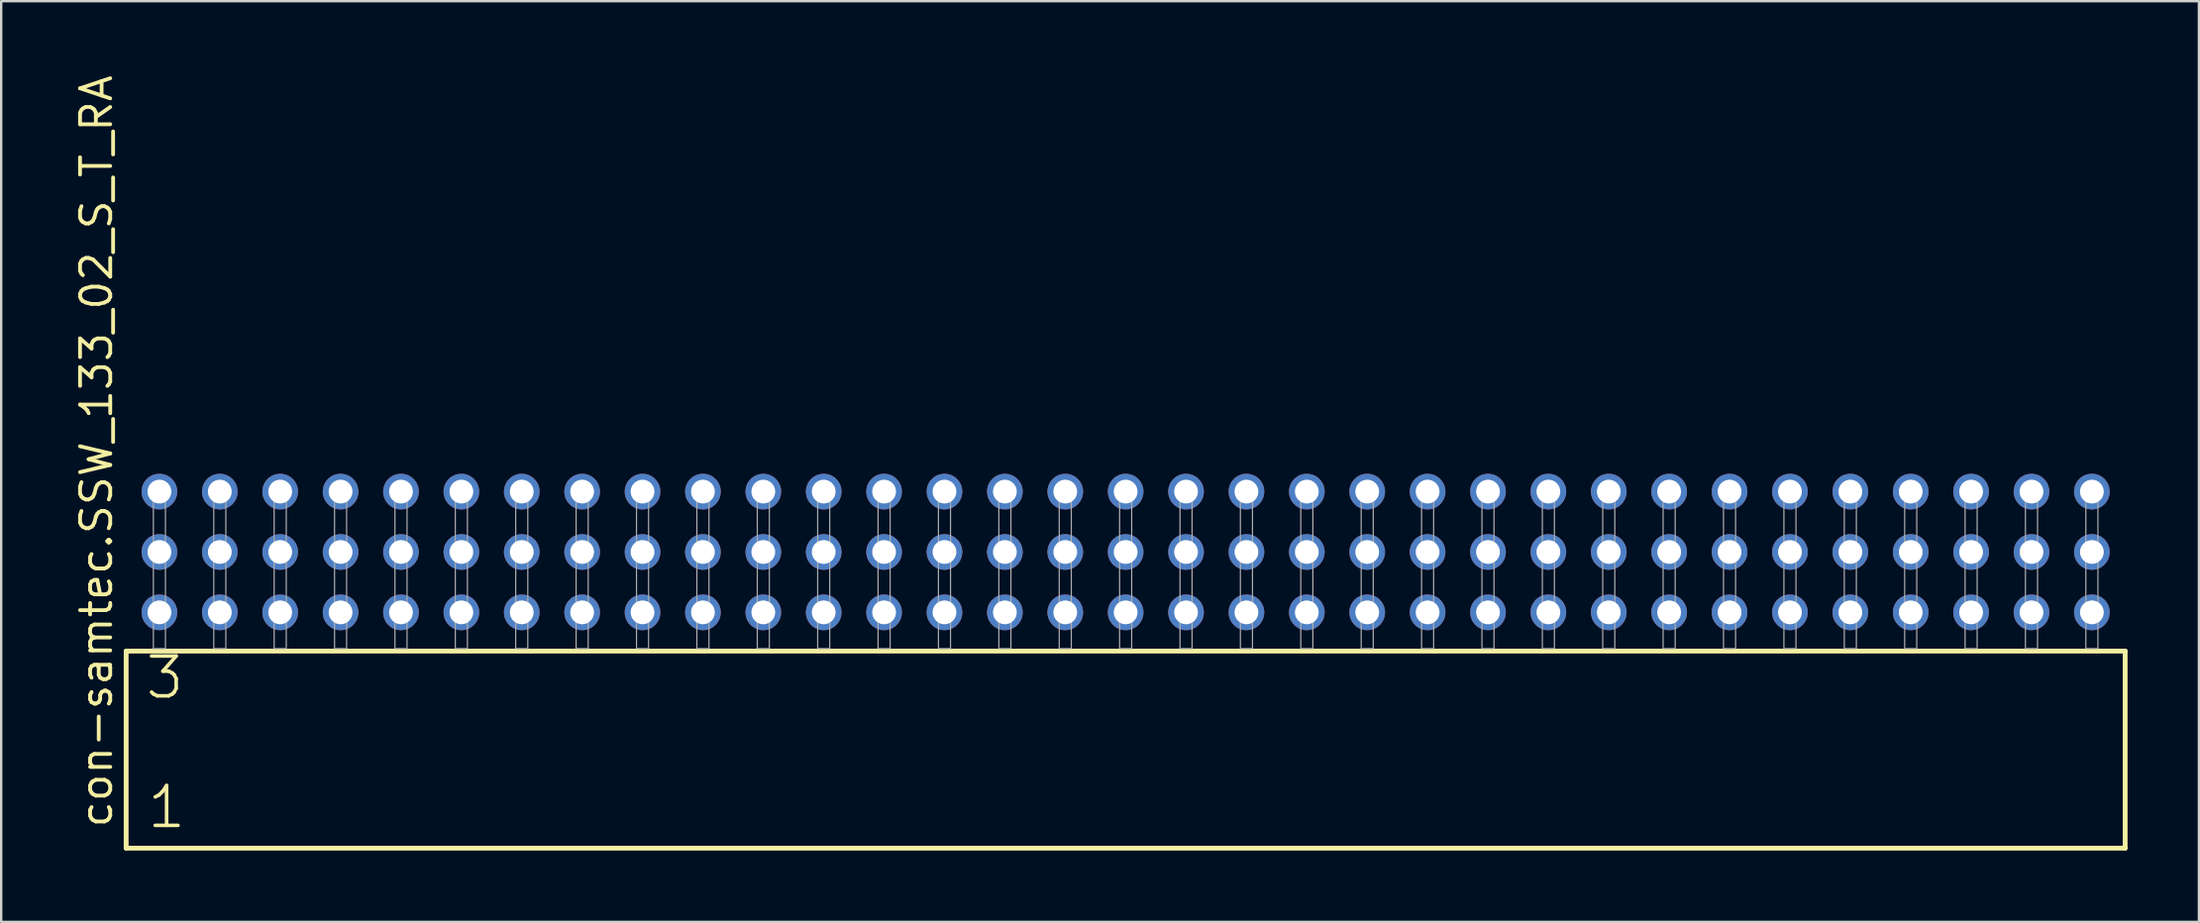
<source format=kicad_pcb>
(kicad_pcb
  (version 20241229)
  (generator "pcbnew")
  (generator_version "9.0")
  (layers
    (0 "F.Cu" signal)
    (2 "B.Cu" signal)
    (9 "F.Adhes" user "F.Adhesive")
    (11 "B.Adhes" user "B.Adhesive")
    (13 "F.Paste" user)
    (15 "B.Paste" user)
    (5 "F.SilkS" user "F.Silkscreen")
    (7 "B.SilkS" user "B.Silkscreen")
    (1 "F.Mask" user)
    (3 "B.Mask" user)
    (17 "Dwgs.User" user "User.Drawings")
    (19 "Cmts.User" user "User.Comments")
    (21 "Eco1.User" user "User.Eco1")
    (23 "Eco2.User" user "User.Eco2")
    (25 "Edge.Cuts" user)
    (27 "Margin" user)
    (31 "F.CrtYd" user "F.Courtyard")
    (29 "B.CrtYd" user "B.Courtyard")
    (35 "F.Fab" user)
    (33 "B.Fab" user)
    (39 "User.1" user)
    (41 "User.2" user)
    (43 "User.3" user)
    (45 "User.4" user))
  (footprint "con-samtec.SSW_133_02_S_T_RA"
    (layer "F.Cu")
    (at 44.295 24.235)
    (property "Reference" "con-samtec.SSW_133_02_S_T_RA" (at -42.545 7.62 90) (layer "F.SilkS") (effects (font (size 1.27 1.27) (thickness 0.16)) (justify left bottom)))
    (attr through_hole)
    (fp_line (start -42.039 0.106) (end -42.039 8.396) (stroke (width 0.203) (type default)) (layer "F.SilkS"))
    (fp_line (start -42.039 8.396) (end 42.039 8.396) (stroke (width 0.203) (type default)) (layer "F.SilkS"))
    (fp_line (start 42.039 0.106) (end -42.039 0.106) (stroke (width 0.203) (type default)) (layer "F.SilkS"))
    (fp_line (start 42.039 8.396) (end 42.039 0.106) (stroke (width 0.203) (type default)) (layer "F.SilkS"))
    (fp_rect (start -40.894 0) (end -40.386 -6.858) (stroke (width 0.05) (type default)) (fill no) (layer "F.Fab"))
    (fp_rect (start -38.354 0) (end -37.846 -6.858) (stroke (width 0.05) (type default)) (fill no) (layer "F.Fab"))
    (fp_rect (start -35.814 0) (end -35.306 -6.858) (stroke (width 0.05) (type default)) (fill no) (layer "F.Fab"))
    (fp_rect (start -33.274 0) (end -32.766 -6.858) (stroke (width 0.05) (type default)) (fill no) (layer "F.Fab"))
    (fp_rect (start -30.734 0) (end -30.226 -6.858) (stroke (width 0.05) (type default)) (fill no) (layer "F.Fab"))
    (fp_rect (start -28.194 0) (end -27.686 -6.858) (stroke (width 0.05) (type default)) (fill no) (layer "F.Fab"))
    (fp_rect (start -25.654 0) (end -25.146 -6.858) (stroke (width 0.05) (type default)) (fill no) (layer "F.Fab"))
    (fp_rect (start -23.114 0) (end -22.606 -6.858) (stroke (width 0.05) (type default)) (fill no) (layer "F.Fab"))
    (fp_rect (start -20.574 0) (end -20.066 -6.858) (stroke (width 0.05) (type default)) (fill no) (layer "F.Fab"))
    (fp_rect (start -18.034 0) (end -17.526 -6.858) (stroke (width 0.05) (type default)) (fill no) (layer "F.Fab"))
    (fp_rect (start -15.494 0) (end -14.986 -6.858) (stroke (width 0.05) (type default)) (fill no) (layer "F.Fab"))
    (fp_rect (start -12.954 0) (end -12.446 -6.858) (stroke (width 0.05) (type default)) (fill no) (layer "F.Fab"))
    (fp_rect (start -10.414 0) (end -9.906 -6.858) (stroke (width 0.05) (type default)) (fill no) (layer "F.Fab"))
    (fp_rect (start -7.874 0) (end -7.366 -6.858) (stroke (width 0.05) (type default)) (fill no) (layer "F.Fab"))
    (fp_rect (start -5.334 0) (end -4.826 -6.858) (stroke (width 0.05) (type default)) (fill no) (layer "F.Fab"))
    (fp_rect (start -2.794 0) (end -2.286 -6.858) (stroke (width 0.05) (type default)) (fill no) (layer "F.Fab"))
    (fp_rect (start -0.254 0) (end 0.254 -6.858) (stroke (width 0.05) (type default)) (fill no) (layer "F.Fab"))
    (fp_rect (start 2.286 0) (end 2.794 -6.858) (stroke (width 0.05) (type default)) (fill no) (layer "F.Fab"))
    (fp_rect (start 4.826 0) (end 5.334 -6.858) (stroke (width 0.05) (type default)) (fill no) (layer "F.Fab"))
    (fp_rect (start 7.366 0) (end 7.874 -6.858) (stroke (width 0.05) (type default)) (fill no) (layer "F.Fab"))
    (fp_rect (start 9.906 0) (end 10.414 -6.858) (stroke (width 0.05) (type default)) (fill no) (layer "F.Fab"))
    (fp_rect (start 12.446 0) (end 12.954 -6.858) (stroke (width 0.05) (type default)) (fill no) (layer "F.Fab"))
    (fp_rect (start 14.986 0) (end 15.494 -6.858) (stroke (width 0.05) (type default)) (fill no) (layer "F.Fab"))
    (fp_rect (start 17.526 0) (end 18.034 -6.858) (stroke (width 0.05) (type default)) (fill no) (layer "F.Fab"))
    (fp_rect (start 20.066 0) (end 20.574 -6.858) (stroke (width 0.05) (type default)) (fill no) (layer "F.Fab"))
    (fp_rect (start 22.606 0) (end 23.114 -6.858) (stroke (width 0.05) (type default)) (fill no) (layer "F.Fab"))
    (fp_rect (start 25.146 0) (end 25.654 -6.858) (stroke (width 0.05) (type default)) (fill no) (layer "F.Fab"))
    (fp_rect (start 27.686 0) (end 28.194 -6.858) (stroke (width 0.05) (type default)) (fill no) (layer "F.Fab"))
    (fp_rect (start 30.226 0) (end 30.734 -6.858) (stroke (width 0.05) (type default)) (fill no) (layer "F.Fab"))
    (fp_rect (start 32.766 0) (end 33.274 -6.858) (stroke (width 0.05) (type default)) (fill no) (layer "F.Fab"))
    (fp_rect (start 35.306 0) (end 35.814 -6.858) (stroke (width 0.05) (type default)) (fill no) (layer "F.Fab"))
    (fp_rect (start 37.846 0) (end 38.354 -6.858) (stroke (width 0.05) (type default)) (fill no) (layer "F.Fab"))
    (fp_rect (start 40.386 0) (end 40.894 -6.858) (stroke (width 0.05) (type default)) (fill no) (layer "F.Fab"))
    (fp_text user "1" (at -41.235 7.65 0) (layer "F.SilkS") (effects (font (size 1.676 1.676) (thickness 0.15)) (justify left bottom)))
    (fp_text user "3" (at -41.31 2.2 0) (layer "F.SilkS") (effects (font (size 1.676 1.676) (thickness 0.15)) (justify left bottom)))
    (pad "1" thru_hole circle (at -40.64 -1.524) (size 1.5 1.5) (drill 1) (layers "*.Cu" "*.Mask"))
    (pad "2" thru_hole circle (at -40.64 -4.064) (size 1.5 1.5) (drill 1) (layers "*.Cu" "*.Mask"))
    (pad "3" thru_hole circle (at -40.64 -6.604) (size 1.5 1.5) (drill 1) (layers "*.Cu" "*.Mask"))
    (pad "4" thru_hole circle (at -38.1 -1.524) (size 1.5 1.5) (drill 1) (layers "*.Cu" "*.Mask"))
    (pad "5" thru_hole circle (at -38.1 -4.064) (size 1.5 1.5) (drill 1) (layers "*.Cu" "*.Mask"))
    (pad "6" thru_hole circle (at -38.1 -6.604) (size 1.5 1.5) (drill 1) (layers "*.Cu" "*.Mask"))
    (pad "7" thru_hole circle (at -35.56 -1.524) (size 1.5 1.5) (drill 1) (layers "*.Cu" "*.Mask"))
    (pad "8" thru_hole circle (at -35.56 -4.064) (size 1.5 1.5) (drill 1) (layers "*.Cu" "*.Mask"))
    (pad "9" thru_hole circle (at -35.56 -6.604) (size 1.5 1.5) (drill 1) (layers "*.Cu" "*.Mask"))
    (pad "10" thru_hole circle (at -33.02 -1.524) (size 1.5 1.5) (drill 1) (layers "*.Cu" "*.Mask"))
    (pad "11" thru_hole circle (at -33.02 -4.064) (size 1.5 1.5) (drill 1) (layers "*.Cu" "*.Mask"))
    (pad "12" thru_hole circle (at -33.02 -6.604) (size 1.5 1.5) (drill 1) (layers "*.Cu" "*.Mask"))
    (pad "13" thru_hole circle (at -30.48 -1.524) (size 1.5 1.5) (drill 1) (layers "*.Cu" "*.Mask"))
    (pad "14" thru_hole circle (at -30.48 -4.064) (size 1.5 1.5) (drill 1) (layers "*.Cu" "*.Mask"))
    (pad "15" thru_hole circle (at -30.48 -6.604) (size 1.5 1.5) (drill 1) (layers "*.Cu" "*.Mask"))
    (pad "16" thru_hole circle (at -27.94 -1.524) (size 1.5 1.5) (drill 1) (layers "*.Cu" "*.Mask"))
    (pad "17" thru_hole circle (at -27.94 -4.064) (size 1.5 1.5) (drill 1) (layers "*.Cu" "*.Mask"))
    (pad "18" thru_hole circle (at -27.94 -6.604) (size 1.5 1.5) (drill 1) (layers "*.Cu" "*.Mask"))
    (pad "19" thru_hole circle (at -25.4 -1.524) (size 1.5 1.5) (drill 1) (layers "*.Cu" "*.Mask"))
    (pad "20" thru_hole circle (at -25.4 -4.064) (size 1.5 1.5) (drill 1) (layers "*.Cu" "*.Mask"))
    (pad "21" thru_hole circle (at -25.4 -6.604) (size 1.5 1.5) (drill 1) (layers "*.Cu" "*.Mask"))
    (pad "22" thru_hole circle (at -22.86 -1.524) (size 1.5 1.5) (drill 1) (layers "*.Cu" "*.Mask"))
    (pad "23" thru_hole circle (at -22.86 -4.064) (size 1.5 1.5) (drill 1) (layers "*.Cu" "*.Mask"))
    (pad "24" thru_hole circle (at -22.86 -6.604) (size 1.5 1.5) (drill 1) (layers "*.Cu" "*.Mask"))
    (pad "25" thru_hole circle (at -20.32 -1.524) (size 1.5 1.5) (drill 1) (layers "*.Cu" "*.Mask"))
    (pad "26" thru_hole circle (at -20.32 -4.064) (size 1.5 1.5) (drill 1) (layers "*.Cu" "*.Mask"))
    (pad "27" thru_hole circle (at -20.32 -6.604) (size 1.5 1.5) (drill 1) (layers "*.Cu" "*.Mask"))
    (pad "28" thru_hole circle (at -17.78 -1.524) (size 1.5 1.5) (drill 1) (layers "*.Cu" "*.Mask"))
    (pad "29" thru_hole circle (at -17.78 -4.064) (size 1.5 1.5) (drill 1) (layers "*.Cu" "*.Mask"))
    (pad "30" thru_hole circle (at -17.78 -6.604) (size 1.5 1.5) (drill 1) (layers "*.Cu" "*.Mask"))
    (pad "31" thru_hole circle (at -15.24 -1.524) (size 1.5 1.5) (drill 1) (layers "*.Cu" "*.Mask"))
    (pad "32" thru_hole circle (at -15.24 -4.064) (size 1.5 1.5) (drill 1) (layers "*.Cu" "*.Mask"))
    (pad "33" thru_hole circle (at -15.24 -6.604) (size 1.5 1.5) (drill 1) (layers "*.Cu" "*.Mask"))
    (pad "34" thru_hole circle (at -12.7 -1.524) (size 1.5 1.5) (drill 1) (layers "*.Cu" "*.Mask"))
    (pad "35" thru_hole circle (at -12.7 -4.064) (size 1.5 1.5) (drill 1) (layers "*.Cu" "*.Mask"))
    (pad "36" thru_hole circle (at -12.7 -6.604) (size 1.5 1.5) (drill 1) (layers "*.Cu" "*.Mask"))
    (pad "37" thru_hole circle (at -10.16 -1.524) (size 1.5 1.5) (drill 1) (layers "*.Cu" "*.Mask"))
    (pad "38" thru_hole circle (at -10.16 -4.064) (size 1.5 1.5) (drill 1) (layers "*.Cu" "*.Mask"))
    (pad "39" thru_hole circle (at -10.16 -6.604) (size 1.5 1.5) (drill 1) (layers "*.Cu" "*.Mask"))
    (pad "40" thru_hole circle (at -7.62 -1.524) (size 1.5 1.5) (drill 1) (layers "*.Cu" "*.Mask"))
    (pad "41" thru_hole circle (at -7.62 -4.064) (size 1.5 1.5) (drill 1) (layers "*.Cu" "*.Mask"))
    (pad "42" thru_hole circle (at -7.62 -6.604) (size 1.5 1.5) (drill 1) (layers "*.Cu" "*.Mask"))
    (pad "43" thru_hole circle (at -5.08 -1.524) (size 1.5 1.5) (drill 1) (layers "*.Cu" "*.Mask"))
    (pad "44" thru_hole circle (at -5.08 -4.064) (size 1.5 1.5) (drill 1) (layers "*.Cu" "*.Mask"))
    (pad "45" thru_hole circle (at -5.08 -6.604) (size 1.5 1.5) (drill 1) (layers "*.Cu" "*.Mask"))
    (pad "46" thru_hole circle (at -2.54 -1.524) (size 1.5 1.5) (drill 1) (layers "*.Cu" "*.Mask"))
    (pad "47" thru_hole circle (at -2.54 -4.064) (size 1.5 1.5) (drill 1) (layers "*.Cu" "*.Mask"))
    (pad "48" thru_hole circle (at -2.54 -6.604) (size 1.5 1.5) (drill 1) (layers "*.Cu" "*.Mask"))
    (pad "49" thru_hole circle (at 0 -1.524) (size 1.5 1.5) (drill 1) (layers "*.Cu" "*.Mask"))
    (pad "50" thru_hole circle (at 0 -4.064) (size 1.5 1.5) (drill 1) (layers "*.Cu" "*.Mask"))
    (pad "51" thru_hole circle (at 0 -6.604) (size 1.5 1.5) (drill 1) (layers "*.Cu" "*.Mask"))
    (pad "52" thru_hole circle (at 2.54 -1.524) (size 1.5 1.5) (drill 1) (layers "*.Cu" "*.Mask"))
    (pad "53" thru_hole circle (at 2.54 -4.064) (size 1.5 1.5) (drill 1) (layers "*.Cu" "*.Mask"))
    (pad "54" thru_hole circle (at 2.54 -6.604) (size 1.5 1.5) (drill 1) (layers "*.Cu" "*.Mask"))
    (pad "55" thru_hole circle (at 5.08 -1.524) (size 1.5 1.5) (drill 1) (layers "*.Cu" "*.Mask"))
    (pad "56" thru_hole circle (at 5.08 -4.064) (size 1.5 1.5) (drill 1) (layers "*.Cu" "*.Mask"))
    (pad "57" thru_hole circle (at 5.08 -6.604) (size 1.5 1.5) (drill 1) (layers "*.Cu" "*.Mask"))
    (pad "58" thru_hole circle (at 7.62 -1.524) (size 1.5 1.5) (drill 1) (layers "*.Cu" "*.Mask"))
    (pad "59" thru_hole circle (at 7.62 -4.064) (size 1.5 1.5) (drill 1) (layers "*.Cu" "*.Mask"))
    (pad "60" thru_hole circle (at 7.62 -6.604) (size 1.5 1.5) (drill 1) (layers "*.Cu" "*.Mask"))
    (pad "61" thru_hole circle (at 10.16 -1.524) (size 1.5 1.5) (drill 1) (layers "*.Cu" "*.Mask"))
    (pad "62" thru_hole circle (at 10.16 -4.064) (size 1.5 1.5) (drill 1) (layers "*.Cu" "*.Mask"))
    (pad "63" thru_hole circle (at 10.16 -6.604) (size 1.5 1.5) (drill 1) (layers "*.Cu" "*.Mask"))
    (pad "64" thru_hole circle (at 12.7 -1.524) (size 1.5 1.5) (drill 1) (layers "*.Cu" "*.Mask"))
    (pad "65" thru_hole circle (at 12.7 -4.064) (size 1.5 1.5) (drill 1) (layers "*.Cu" "*.Mask"))
    (pad "66" thru_hole circle (at 12.7 -6.604) (size 1.5 1.5) (drill 1) (layers "*.Cu" "*.Mask"))
    (pad "67" thru_hole circle (at 15.24 -1.524) (size 1.5 1.5) (drill 1) (layers "*.Cu" "*.Mask"))
    (pad "68" thru_hole circle (at 15.24 -4.064) (size 1.5 1.5) (drill 1) (layers "*.Cu" "*.Mask"))
    (pad "69" thru_hole circle (at 15.24 -6.604) (size 1.5 1.5) (drill 1) (layers "*.Cu" "*.Mask"))
    (pad "70" thru_hole circle (at 17.78 -1.524) (size 1.5 1.5) (drill 1) (layers "*.Cu" "*.Mask"))
    (pad "71" thru_hole circle (at 17.78 -4.064) (size 1.5 1.5) (drill 1) (layers "*.Cu" "*.Mask"))
    (pad "72" thru_hole circle (at 17.78 -6.604) (size 1.5 1.5) (drill 1) (layers "*.Cu" "*.Mask"))
    (pad "73" thru_hole circle (at 20.32 -1.524) (size 1.5 1.5) (drill 1) (layers "*.Cu" "*.Mask"))
    (pad "74" thru_hole circle (at 20.32 -4.064) (size 1.5 1.5) (drill 1) (layers "*.Cu" "*.Mask"))
    (pad "75" thru_hole circle (at 20.32 -6.604) (size 1.5 1.5) (drill 1) (layers "*.Cu" "*.Mask"))
    (pad "76" thru_hole circle (at 22.86 -1.524) (size 1.5 1.5) (drill 1) (layers "*.Cu" "*.Mask"))
    (pad "77" thru_hole circle (at 22.86 -4.064) (size 1.5 1.5) (drill 1) (layers "*.Cu" "*.Mask"))
    (pad "78" thru_hole circle (at 22.86 -6.604) (size 1.5 1.5) (drill 1) (layers "*.Cu" "*.Mask"))
    (pad "79" thru_hole circle (at 25.4 -1.524) (size 1.5 1.5) (drill 1) (layers "*.Cu" "*.Mask"))
    (pad "80" thru_hole circle (at 25.4 -4.064) (size 1.5 1.5) (drill 1) (layers "*.Cu" "*.Mask"))
    (pad "81" thru_hole circle (at 25.4 -6.604) (size 1.5 1.5) (drill 1) (layers "*.Cu" "*.Mask"))
    (pad "82" thru_hole circle (at 27.94 -1.524) (size 1.5 1.5) (drill 1) (layers "*.Cu" "*.Mask"))
    (pad "83" thru_hole circle (at 27.94 -4.064) (size 1.5 1.5) (drill 1) (layers "*.Cu" "*.Mask"))
    (pad "84" thru_hole circle (at 27.94 -6.604) (size 1.5 1.5) (drill 1) (layers "*.Cu" "*.Mask"))
    (pad "85" thru_hole circle (at 30.48 -1.524) (size 1.5 1.5) (drill 1) (layers "*.Cu" "*.Mask"))
    (pad "86" thru_hole circle (at 30.48 -4.064) (size 1.5 1.5) (drill 1) (layers "*.Cu" "*.Mask"))
    (pad "87" thru_hole circle (at 30.48 -6.604) (size 1.5 1.5) (drill 1) (layers "*.Cu" "*.Mask"))
    (pad "88" thru_hole circle (at 33.02 -1.524) (size 1.5 1.5) (drill 1) (layers "*.Cu" "*.Mask"))
    (pad "89" thru_hole circle (at 33.02 -4.064) (size 1.5 1.5) (drill 1) (layers "*.Cu" "*.Mask"))
    (pad "90" thru_hole circle (at 33.02 -6.604) (size 1.5 1.5) (drill 1) (layers "*.Cu" "*.Mask"))
    (pad "91" thru_hole circle (at 35.56 -1.524) (size 1.5 1.5) (drill 1) (layers "*.Cu" "*.Mask"))
    (pad "92" thru_hole circle (at 35.56 -4.064) (size 1.5 1.5) (drill 1) (layers "*.Cu" "*.Mask"))
    (pad "93" thru_hole circle (at 35.56 -6.604) (size 1.5 1.5) (drill 1) (layers "*.Cu" "*.Mask"))
    (pad "94" thru_hole circle (at 38.1 -1.524) (size 1.5 1.5) (drill 1) (layers "*.Cu" "*.Mask"))
    (pad "95" thru_hole circle (at 38.1 -4.064) (size 1.5 1.5) (drill 1) (layers "*.Cu" "*.Mask"))
    (pad "96" thru_hole circle (at 38.1 -6.604) (size 1.5 1.5) (drill 1) (layers "*.Cu" "*.Mask"))
    (pad "97" thru_hole circle (at 40.64 -1.524) (size 1.5 1.5) (drill 1) (layers "*.Cu" "*.Mask"))
    (pad "98" thru_hole circle (at 40.64 -4.064) (size 1.5 1.5) (drill 1) (layers "*.Cu" "*.Mask"))
    (pad "99" thru_hole circle (at 40.64 -6.604) (size 1.5 1.5) (drill 1) (layers "*.Cu" "*.Mask")))
  (gr_rect
    (start -3 -3)
    (end 89.436 35.733)
    (stroke (width 0.1) (type default))
    (fill no)
    (layer "Edge.Cuts")))
</source>
